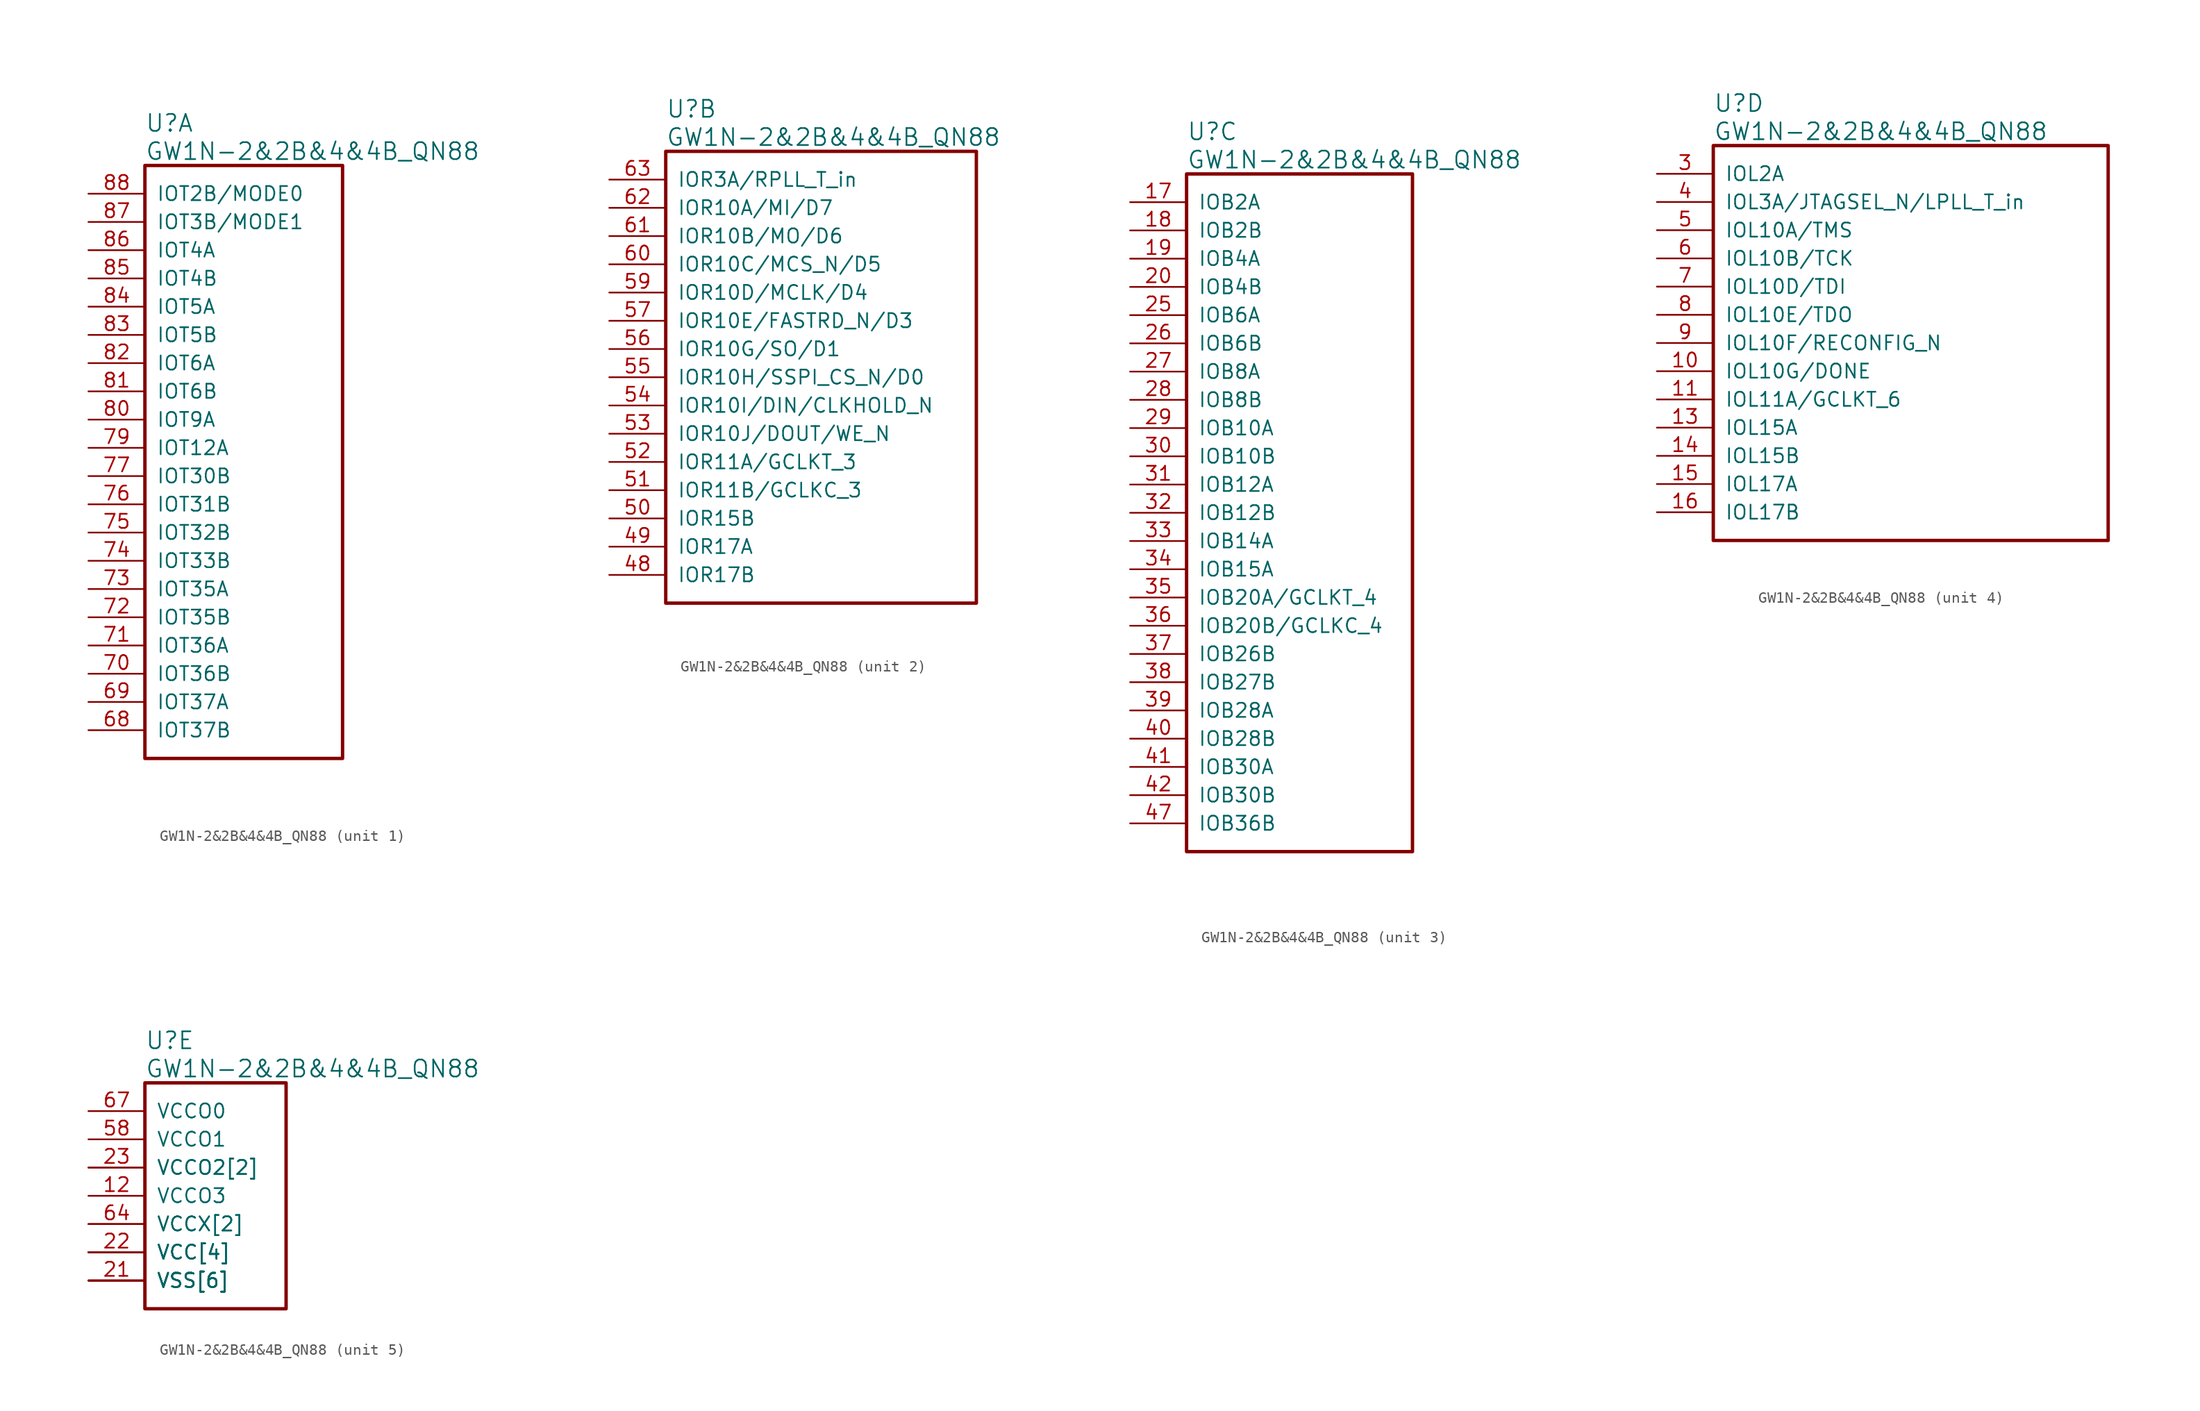
<source format=kicad_sym>
(kicad_symbol_lib
  (version 20211014)
  (generator kicad_symbol_editor)
  (symbol "GW1N-2&2B&4&4B_QN88"
    (pin_names
      (offset 1.016))
    (property "Reference" "U"
      (at 5.08 6.35 0)
      (effects (font (size 1.524 1.524)) (justify left)))
    (property "Value" "GW1N-2&2B&4&4B_QN88"
      (at 5.08 3.81 0)
      (effects (font (size 1.524 1.524)) (justify left)))
    (property "ki_locked" ""
      (at 0 0 0)
      (effects (font (size 1.27 1.27))))
    (symbol "GW1N-2&2B&4&4B_QN88_1_1"
      (rectangle (start 5.08 2.54) (end 22.86 -50.8) (stroke (width 0.305) (type default) (color 0 0 0 0)) (fill (type none)))
      (pin bidirectional line (at 0 -48.26 0) (length 5.08) (name "IOT37B" (effects (font (size 1.27 1.27)))) (number "68" (effects (font (size 1.27 1.27)))))
      (pin bidirectional line (at 0 -45.72 0) (length 5.08) (name "IOT37A" (effects (font (size 1.27 1.27)))) (number "69" (effects (font (size 1.27 1.27)))))
      (pin bidirectional line (at 0 -43.18 0) (length 5.08) (name "IOT36B" (effects (font (size 1.27 1.27)))) (number "70" (effects (font (size 1.27 1.27)))))
      (pin bidirectional line (at 0 -40.64 0) (length 5.08) (name "IOT36A" (effects (font (size 1.27 1.27)))) (number "71" (effects (font (size 1.27 1.27)))))
      (pin bidirectional line (at 0 -38.1 0) (length 5.08) (name "IOT35B" (effects (font (size 1.27 1.27)))) (number "72" (effects (font (size 1.27 1.27)))))
      (pin bidirectional line (at 0 -35.56 0) (length 5.08) (name "IOT35A" (effects (font (size 1.27 1.27)))) (number "73" (effects (font (size 1.27 1.27)))))
      (pin bidirectional line (at 0 -33.02 0) (length 5.08) (name "IOT33B" (effects (font (size 1.27 1.27)))) (number "74" (effects (font (size 1.27 1.27)))))
      (pin bidirectional line (at 0 -30.48 0) (length 5.08) (name "IOT32B" (effects (font (size 1.27 1.27)))) (number "75" (effects (font (size 1.27 1.27)))))
      (pin bidirectional line (at 0 -27.94 0) (length 5.08) (name "IOT31B" (effects (font (size 1.27 1.27)))) (number "76" (effects (font (size 1.27 1.27)))))
      (pin bidirectional line (at 0 -25.4 0) (length 5.08) (name "IOT30B" (effects (font (size 1.27 1.27)))) (number "77" (effects (font (size 1.27 1.27)))))
      (pin bidirectional line (at 0 -22.86 0) (length 5.08) (name "IOT12A" (effects (font (size 1.27 1.27)))) (number "79" (effects (font (size 1.27 1.27)))))
      (pin bidirectional line (at 0 -20.32 0) (length 5.08) (name "IOT9A" (effects (font (size 1.27 1.27)))) (number "80" (effects (font (size 1.27 1.27)))))
      (pin bidirectional line (at 0 -17.78 0) (length 5.08) (name "IOT6B" (effects (font (size 1.27 1.27)))) (number "81" (effects (font (size 1.27 1.27)))))
      (pin bidirectional line (at 0 -15.24 0) (length 5.08) (name "IOT6A" (effects (font (size 1.27 1.27)))) (number "82" (effects (font (size 1.27 1.27)))))
      (pin bidirectional line (at 0 -12.7 0) (length 5.08) (name "IOT5B" (effects (font (size 1.27 1.27)))) (number "83" (effects (font (size 1.27 1.27)))))
      (pin bidirectional line (at 0 -10.16 0) (length 5.08) (name "IOT5A" (effects (font (size 1.27 1.27)))) (number "84" (effects (font (size 1.27 1.27)))))
      (pin bidirectional line (at 0 -7.62 0) (length 5.08) (name "IOT4B" (effects (font (size 1.27 1.27)))) (number "85" (effects (font (size 1.27 1.27)))))
      (pin bidirectional line (at 0 -5.08 0) (length 5.08) (name "IOT4A" (effects (font (size 1.27 1.27)))) (number "86" (effects (font (size 1.27 1.27)))))
      (pin bidirectional line (at 0 -2.54 0) (length 5.08) (name "IOT3B/MODE1" (effects (font (size 1.27 1.27)))) (number "87" (effects (font (size 1.27 1.27)))))
      (pin bidirectional line (at 0 0 0) (length 5.08) (name "IOT2B/MODE0" (effects (font (size 1.27 1.27)))) (number "88" (effects (font (size 1.27 1.27))))))
    (symbol "GW1N-2&2B&4&4B_QN88_2_1"
      (rectangle (start 5.08 2.54) (end 33.02 -38.1) (stroke (width 0.305) (type default) (color 0 0 0 0)) (fill (type none)))
      (pin bidirectional line (at 0 -35.56 0) (length 5.08) (name "IOR17B" (effects (font (size 1.27 1.27)))) (number "48" (effects (font (size 1.27 1.27)))))
      (pin bidirectional line (at 0 -33.02 0) (length 5.08) (name "IOR17A" (effects (font (size 1.27 1.27)))) (number "49" (effects (font (size 1.27 1.27)))))
      (pin bidirectional line (at 0 -30.48 0) (length 5.08) (name "IOR15B" (effects (font (size 1.27 1.27)))) (number "50" (effects (font (size 1.27 1.27)))))
      (pin bidirectional line (at 0 -27.94 0) (length 5.08) (name "IOR11B/GCLKC_3" (effects (font (size 1.27 1.27)))) (number "51" (effects (font (size 1.27 1.27)))))
      (pin bidirectional line (at 0 -25.4 0) (length 5.08) (name "IOR11A/GCLKT_3" (effects (font (size 1.27 1.27)))) (number "52" (effects (font (size 1.27 1.27)))))
      (pin bidirectional line (at 0 -22.86 0) (length 5.08) (name "IOR10J/DOUT/WE_N" (effects (font (size 1.27 1.27)))) (number "53" (effects (font (size 1.27 1.27)))))
      (pin bidirectional line (at 0 -20.32 0) (length 5.08) (name "IOR10I/DIN/CLKHOLD_N" (effects (font (size 1.27 1.27)))) (number "54" (effects (font (size 1.27 1.27)))))
      (pin bidirectional line (at 0 -17.78 0) (length 5.08) (name "IOR10H/SSPI_CS_N/D0" (effects (font (size 1.27 1.27)))) (number "55" (effects (font (size 1.27 1.27)))))
      (pin bidirectional line (at 0 -15.24 0) (length 5.08) (name "IOR10G/SO/D1" (effects (font (size 1.27 1.27)))) (number "56" (effects (font (size 1.27 1.27)))))
      (pin bidirectional line (at 0 -12.7 0) (length 5.08) (name "IOR10E/FASTRD_N/D3" (effects (font (size 1.27 1.27)))) (number "57" (effects (font (size 1.27 1.27)))))
      (pin bidirectional line (at 0 -10.16 0) (length 5.08) (name "IOR10D/MCLK/D4" (effects (font (size 1.27 1.27)))) (number "59" (effects (font (size 1.27 1.27)))))
      (pin bidirectional line (at 0 -7.62 0) (length 5.08) (name "IOR10C/MCS_N/D5" (effects (font (size 1.27 1.27)))) (number "60" (effects (font (size 1.27 1.27)))))
      (pin bidirectional line (at 0 -5.08 0) (length 5.08) (name "IOR10B/MO/D6" (effects (font (size 1.27 1.27)))) (number "61" (effects (font (size 1.27 1.27)))))
      (pin bidirectional line (at 0 -2.54 0) (length 5.08) (name "IOR10A/MI/D7" (effects (font (size 1.27 1.27)))) (number "62" (effects (font (size 1.27 1.27)))))
      (pin bidirectional line (at 0 0 0) (length 5.08) (name "IOR3A/RPLL_T_in" (effects (font (size 1.27 1.27)))) (number "63" (effects (font (size 1.27 1.27))))))
    (symbol "GW1N-2&2B&4&4B_QN88_3_1"
      (rectangle (start 5.08 2.54) (end 25.4 -58.42) (stroke (width 0.305) (type default) (color 0 0 0 0)) (fill (type none)))
      (pin bidirectional line (at 0 0 0) (length 5.08) (name "IOB2A" (effects (font (size 1.27 1.27)))) (number "17" (effects (font (size 1.27 1.27)))))
      (pin bidirectional line (at 0 -2.54 0) (length 5.08) (name "IOB2B" (effects (font (size 1.27 1.27)))) (number "18" (effects (font (size 1.27 1.27)))))
      (pin bidirectional line (at 0 -5.08 0) (length 5.08) (name "IOB4A" (effects (font (size 1.27 1.27)))) (number "19" (effects (font (size 1.27 1.27)))))
      (pin bidirectional line (at 0 -7.62 0) (length 5.08) (name "IOB4B" (effects (font (size 1.27 1.27)))) (number "20" (effects (font (size 1.27 1.27)))))
      (pin bidirectional line (at 0 -10.16 0) (length 5.08) (name "IOB6A" (effects (font (size 1.27 1.27)))) (number "25" (effects (font (size 1.27 1.27)))))
      (pin bidirectional line (at 0 -12.7 0) (length 5.08) (name "IOB6B" (effects (font (size 1.27 1.27)))) (number "26" (effects (font (size 1.27 1.27)))))
      (pin bidirectional line (at 0 -15.24 0) (length 5.08) (name "IOB8A" (effects (font (size 1.27 1.27)))) (number "27" (effects (font (size 1.27 1.27)))))
      (pin bidirectional line (at 0 -17.78 0) (length 5.08) (name "IOB8B" (effects (font (size 1.27 1.27)))) (number "28" (effects (font (size 1.27 1.27)))))
      (pin bidirectional line (at 0 -20.32 0) (length 5.08) (name "IOB10A" (effects (font (size 1.27 1.27)))) (number "29" (effects (font (size 1.27 1.27)))))
      (pin bidirectional line (at 0 -22.86 0) (length 5.08) (name "IOB10B" (effects (font (size 1.27 1.27)))) (number "30" (effects (font (size 1.27 1.27)))))
      (pin bidirectional line (at 0 -25.4 0) (length 5.08) (name "IOB12A" (effects (font (size 1.27 1.27)))) (number "31" (effects (font (size 1.27 1.27)))))
      (pin bidirectional line (at 0 -27.94 0) (length 5.08) (name "IOB12B" (effects (font (size 1.27 1.27)))) (number "32" (effects (font (size 1.27 1.27)))))
      (pin bidirectional line (at 0 -30.48 0) (length 5.08) (name "IOB14A" (effects (font (size 1.27 1.27)))) (number "33" (effects (font (size 1.27 1.27)))))
      (pin bidirectional line (at 0 -33.02 0) (length 5.08) (name "IOB15A" (effects (font (size 1.27 1.27)))) (number "34" (effects (font (size 1.27 1.27)))))
      (pin bidirectional line (at 0 -35.56 0) (length 5.08) (name "IOB20A/GCLKT_4" (effects (font (size 1.27 1.27)))) (number "35" (effects (font (size 1.27 1.27)))))
      (pin bidirectional line (at 0 -38.1 0) (length 5.08) (name "IOB20B/GCLKC_4" (effects (font (size 1.27 1.27)))) (number "36" (effects (font (size 1.27 1.27)))))
      (pin bidirectional line (at 0 -40.64 0) (length 5.08) (name "IOB26B" (effects (font (size 1.27 1.27)))) (number "37" (effects (font (size 1.27 1.27)))))
      (pin bidirectional line (at 0 -43.18 0) (length 5.08) (name "IOB27B" (effects (font (size 1.27 1.27)))) (number "38" (effects (font (size 1.27 1.27)))))
      (pin bidirectional line (at 0 -45.72 0) (length 5.08) (name "IOB28A" (effects (font (size 1.27 1.27)))) (number "39" (effects (font (size 1.27 1.27)))))
      (pin bidirectional line (at 0 -48.26 0) (length 5.08) (name "IOB28B" (effects (font (size 1.27 1.27)))) (number "40" (effects (font (size 1.27 1.27)))))
      (pin bidirectional line (at 0 -50.8 0) (length 5.08) (name "IOB30A" (effects (font (size 1.27 1.27)))) (number "41" (effects (font (size 1.27 1.27)))))
      (pin bidirectional line (at 0 -53.34 0) (length 5.08) (name "IOB30B" (effects (font (size 1.27 1.27)))) (number "42" (effects (font (size 1.27 1.27)))))
      (pin bidirectional line (at 0 -55.88 0) (length 5.08) (name "IOB36B" (effects (font (size 1.27 1.27)))) (number "47" (effects (font (size 1.27 1.27))))))
    (symbol "GW1N-2&2B&4&4B_QN88_4_1"
      (rectangle (start 5.08 2.54) (end 40.64 -33.02) (stroke (width 0.305) (type default) (color 0 0 0 0)) (fill (type none)))
      (pin bidirectional line (at 0 -17.78 0) (length 5.08) (name "IOL10G/DONE" (effects (font (size 1.27 1.27)))) (number "10" (effects (font (size 1.27 1.27)))))
      (pin bidirectional line (at 0 -20.32 0) (length 5.08) (name "IOL11A/GCLKT_6" (effects (font (size 1.27 1.27)))) (number "11" (effects (font (size 1.27 1.27)))))
      (pin bidirectional line (at 0 -22.86 0) (length 5.08) (name "IOL15A" (effects (font (size 1.27 1.27)))) (number "13" (effects (font (size 1.27 1.27)))))
      (pin bidirectional line (at 0 -25.4 0) (length 5.08) (name "IOL15B" (effects (font (size 1.27 1.27)))) (number "14" (effects (font (size 1.27 1.27)))))
      (pin bidirectional line (at 0 -27.94 0) (length 5.08) (name "IOL17A" (effects (font (size 1.27 1.27)))) (number "15" (effects (font (size 1.27 1.27)))))
      (pin bidirectional line (at 0 -30.48 0) (length 5.08) (name "IOL17B" (effects (font (size 1.27 1.27)))) (number "16" (effects (font (size 1.27 1.27)))))
      (pin bidirectional line (at 0 0 0) (length 5.08) (name "IOL2A" (effects (font (size 1.27 1.27)))) (number "3" (effects (font (size 1.27 1.27)))))
      (pin bidirectional line (at 0 -2.54 0) (length 5.08) (name "IOL3A/JTAGSEL_N/LPLL_T_in" (effects (font (size 1.27 1.27)))) (number "4" (effects (font (size 1.27 1.27)))))
      (pin bidirectional line (at 0 -5.08 0) (length 5.08) (name "IOL10A/TMS" (effects (font (size 1.27 1.27)))) (number "5" (effects (font (size 1.27 1.27)))))
      (pin bidirectional line (at 0 -7.62 0) (length 5.08) (name "IOL10B/TCK" (effects (font (size 1.27 1.27)))) (number "6" (effects (font (size 1.27 1.27)))))
      (pin bidirectional line (at 0 -10.16 0) (length 5.08) (name "IOL10D/TDI" (effects (font (size 1.27 1.27)))) (number "7" (effects (font (size 1.27 1.27)))))
      (pin bidirectional line (at 0 -12.7 0) (length 5.08) (name "IOL10E/TDO" (effects (font (size 1.27 1.27)))) (number "8" (effects (font (size 1.27 1.27)))))
      (pin bidirectional line (at 0 -15.24 0) (length 5.08) (name "IOL10F/RECONFIG_N" (effects (font (size 1.27 1.27)))) (number "9" (effects (font (size 1.27 1.27))))))
    (symbol "GW1N-2&2B&4&4B_QN88_5_1"
      (rectangle (start 5.08 2.54) (end 17.78 -17.78) (stroke (width 0.305) (type default) (color 0 0 0 0)) (fill (type none)))
      (pin power_in line (at 0 -12.7 0) (length 5.08) (name "VCC[4]" (effects (font (size 1.27 1.27)))) (number "1" (effects (font (size 0 0)))))
      (pin power_in line (at 0 -7.62 0) (length 5.08) (name "VCCO3" (effects (font (size 1.27 1.27)))) (number "12" (effects (font (size 1.27 1.27)))))
      (pin power_in line (at 0 -15.24 0) (length 5.08) (name "VSS[6]" (effects (font (size 1.27 1.27)))) (number "2" (effects (font (size 0 0)))))
      (pin power_in line (at 0 -15.24 0) (length 5.08) (name "VSS[6]" (effects (font (size 1.27 1.27)))) (number "21" (effects (font (size 1.27 1.27)))))
      (pin power_in line (at 0 -12.7 0) (length 5.08) (name "VCC[4]" (effects (font (size 1.27 1.27)))) (number "22" (effects (font (size 1.27 1.27)))))
      (pin power_in line (at 0 -5.08 0) (length 5.08) (name "VCCO2[2]" (effects (font (size 1.27 1.27)))) (number "23" (effects (font (size 1.27 1.27)))))
      (pin power_in line (at 0 -15.24 0) (length 5.08) (name "VSS[6]" (effects (font (size 1.27 1.27)))) (number "24" (effects (font (size 0 0)))))
      (pin power_in line (at 0 -15.24 0) (length 5.08) (name "VSS[6]" (effects (font (size 1.27 1.27)))) (number "43" (effects (font (size 0 0)))))
      (pin power_in line (at 0 -5.08 0) (length 5.08) (name "VCCO2[2]" (effects (font (size 1.27 1.27)))) (number "44" (effects (font (size 0 0)))))
      (pin power_in line (at 0 -12.7 0) (length 5.08) (name "VCC[4]" (effects (font (size 1.27 1.27)))) (number "45" (effects (font (size 0 0)))))
      (pin power_in line (at 0 -15.24 0) (length 5.08) (name "VSS[6]" (effects (font (size 1.27 1.27)))) (number "46" (effects (font (size 0 0)))))
      (pin power_in line (at 0 -2.54 0) (length 5.08) (name "VCCO1" (effects (font (size 1.27 1.27)))) (number "58" (effects (font (size 1.27 1.27)))))
      (pin power_in line (at 0 -10.16 0) (length 5.08) (name "VCCX[2]" (effects (font (size 1.27 1.27)))) (number "64" (effects (font (size 1.27 1.27)))))
      (pin power_in line (at 0 -15.24 0) (length 5.08) (name "VSS[6]" (effects (font (size 1.27 1.27)))) (number "65" (effects (font (size 0 0)))))
      (pin power_in line (at 0 -12.7 0) (length 5.08) (name "VCC[4]" (effects (font (size 1.27 1.27)))) (number "66" (effects (font (size 0 0)))))
      (pin power_in line (at 0 0 0) (length 5.08) (name "VCCO0" (effects (font (size 1.27 1.27)))) (number "67" (effects (font (size 1.27 1.27)))))
      (pin power_in line (at 0 -10.16 0) (length 5.08) (name "VCCX[2]" (effects (font (size 1.27 1.27)))) (number "78" (effects (font (size 0 0))))))))
</source>
